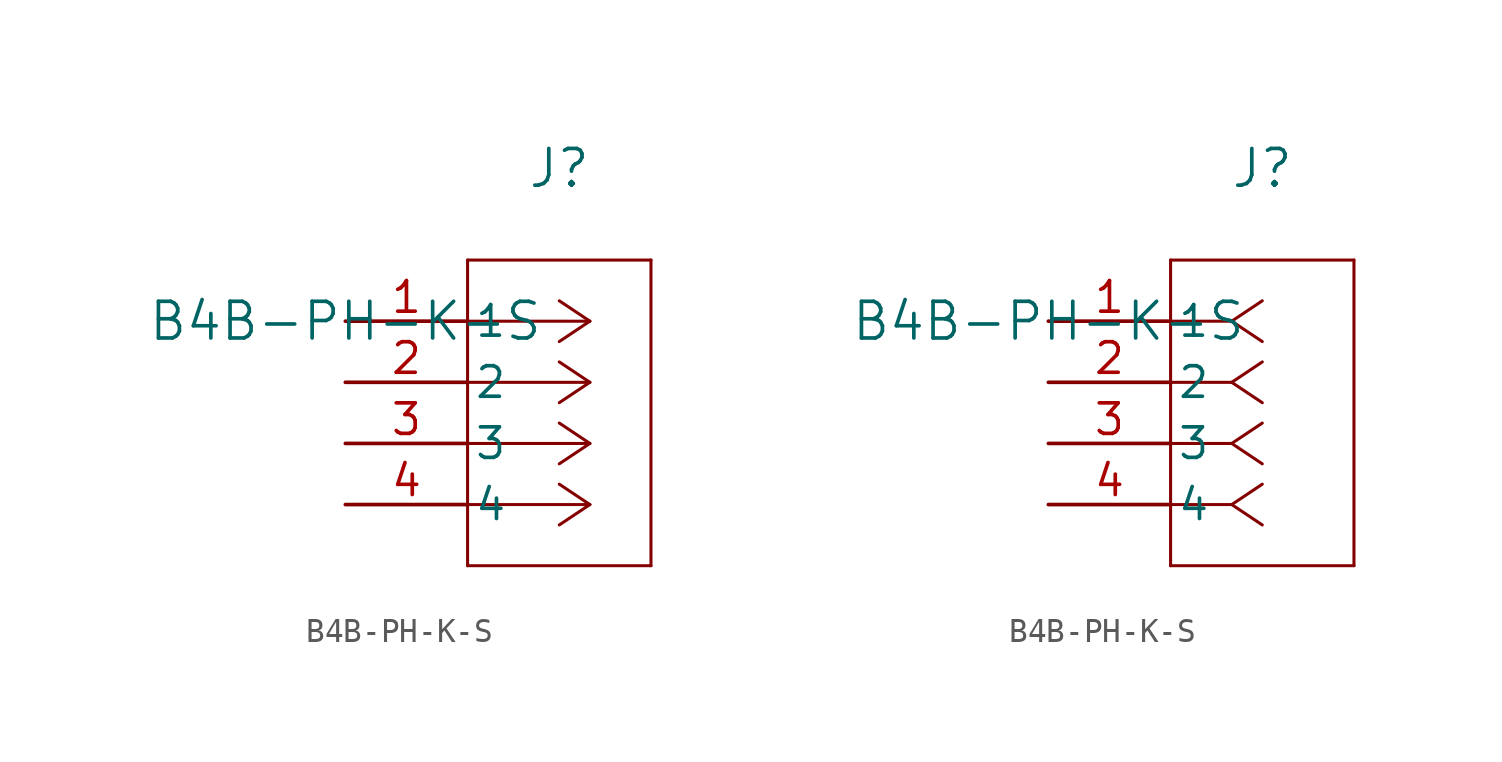
<source format=kicad_sym>
(kicad_symbol_lib
  (version 20211014)
  (generator kicad_symbol_editor)
  (symbol "B4B-PH-K-S"
    (pin_names
      (offset 0.254))
    (property "Reference" "J"
      (at 8.89 6.35 0)
      (effects (font (size 1.524 1.524))))
    (property "Value" "B4B-PH-K-S"
      (at 0 0 0)
      (effects (font (size 1.524 1.524))))
    (symbol "B4B-PH-K-S_1_1"
      (polyline (pts (xy 10.16 0) (xy 5.08 0)) (stroke (width 0.127) (type default) (color 0 0 0 0)) (fill (type none)))
      (polyline (pts (xy 10.16 -2.54) (xy 5.08 -2.54)) (stroke (width 0.127) (type default) (color 0 0 0 0)) (fill (type none)))
      (polyline (pts (xy 10.16 -5.08) (xy 5.08 -5.08)) (stroke (width 0.127) (type default) (color 0 0 0 0)) (fill (type none)))
      (polyline (pts (xy 10.16 -7.62) (xy 5.08 -7.62)) (stroke (width 0.127) (type default) (color 0 0 0 0)) (fill (type none)))
      (polyline (pts (xy 10.16 0) (xy 8.89 0.847)) (stroke (width 0.127) (type default) (color 0 0 0 0)) (fill (type none)))
      (polyline (pts (xy 10.16 -2.54) (xy 8.89 -1.693)) (stroke (width 0.127) (type default) (color 0 0 0 0)) (fill (type none)))
      (polyline (pts (xy 10.16 -5.08) (xy 8.89 -4.233)) (stroke (width 0.127) (type default) (color 0 0 0 0)) (fill (type none)))
      (polyline (pts (xy 10.16 -7.62) (xy 8.89 -6.773)) (stroke (width 0.127) (type default) (color 0 0 0 0)) (fill (type none)))
      (polyline (pts (xy 10.16 0) (xy 8.89 -0.847)) (stroke (width 0.127) (type default) (color 0 0 0 0)) (fill (type none)))
      (polyline (pts (xy 10.16 -2.54) (xy 8.89 -3.387)) (stroke (width 0.127) (type default) (color 0 0 0 0)) (fill (type none)))
      (polyline (pts (xy 10.16 -5.08) (xy 8.89 -5.927)) (stroke (width 0.127) (type default) (color 0 0 0 0)) (fill (type none)))
      (polyline (pts (xy 10.16 -7.62) (xy 8.89 -8.467)) (stroke (width 0.127) (type default) (color 0 0 0 0)) (fill (type none)))
      (polyline (pts (xy 5.08 2.54) (xy 5.08 -10.16)) (stroke (width 0.127) (type default) (color 0 0 0 0)) (fill (type none)))
      (polyline (pts (xy 5.08 -10.16) (xy 12.7 -10.16)) (stroke (width 0.127) (type default) (color 0 0 0 0)) (fill (type none)))
      (polyline (pts (xy 12.7 -10.16) (xy 12.7 2.54)) (stroke (width 0.127) (type default) (color 0 0 0 0)) (fill (type none)))
      (polyline (pts (xy 12.7 2.54) (xy 5.08 2.54)) (stroke (width 0.127) (type default) (color 0 0 0 0)) (fill (type none)))
      (pin unspecified line (at 0 0 0) (length 5.08) (name "1" (effects (font (size 1.27 1.27)))) (number "1" (effects (font (size 1.27 1.27)))))
      (pin unspecified line (at 0 -2.54 0) (length 5.08) (name "2" (effects (font (size 1.27 1.27)))) (number "2" (effects (font (size 1.27 1.27)))))
      (pin unspecified line (at 0 -5.08 0) (length 5.08) (name "3" (effects (font (size 1.27 1.27)))) (number "3" (effects (font (size 1.27 1.27)))))
      (pin unspecified line (at 0 -7.62 0) (length 5.08) (name "4" (effects (font (size 1.27 1.27)))) (number "4" (effects (font (size 1.27 1.27))))))
    (symbol "B4B-PH-K-S_1_2"
      (polyline (pts (xy 7.62 0) (xy 5.08 0)) (stroke (width 0.127) (type default) (color 0 0 0 0)) (fill (type none)))
      (polyline (pts (xy 7.62 -2.54) (xy 5.08 -2.54)) (stroke (width 0.127) (type default) (color 0 0 0 0)) (fill (type none)))
      (polyline (pts (xy 7.62 -5.08) (xy 5.08 -5.08)) (stroke (width 0.127) (type default) (color 0 0 0 0)) (fill (type none)))
      (polyline (pts (xy 7.62 -7.62) (xy 5.08 -7.62)) (stroke (width 0.127) (type default) (color 0 0 0 0)) (fill (type none)))
      (polyline (pts (xy 7.62 0) (xy 8.89 0.847)) (stroke (width 0.127) (type default) (color 0 0 0 0)) (fill (type none)))
      (polyline (pts (xy 7.62 -2.54) (xy 8.89 -1.693)) (stroke (width 0.127) (type default) (color 0 0 0 0)) (fill (type none)))
      (polyline (pts (xy 7.62 -5.08) (xy 8.89 -4.233)) (stroke (width 0.127) (type default) (color 0 0 0 0)) (fill (type none)))
      (polyline (pts (xy 7.62 -7.62) (xy 8.89 -6.773)) (stroke (width 0.127) (type default) (color 0 0 0 0)) (fill (type none)))
      (polyline (pts (xy 7.62 0) (xy 8.89 -0.847)) (stroke (width 0.127) (type default) (color 0 0 0 0)) (fill (type none)))
      (polyline (pts (xy 7.62 -2.54) (xy 8.89 -3.387)) (stroke (width 0.127) (type default) (color 0 0 0 0)) (fill (type none)))
      (polyline (pts (xy 7.62 -5.08) (xy 8.89 -5.927)) (stroke (width 0.127) (type default) (color 0 0 0 0)) (fill (type none)))
      (polyline (pts (xy 7.62 -7.62) (xy 8.89 -8.467)) (stroke (width 0.127) (type default) (color 0 0 0 0)) (fill (type none)))
      (polyline (pts (xy 5.08 2.54) (xy 5.08 -10.16)) (stroke (width 0.127) (type default) (color 0 0 0 0)) (fill (type none)))
      (polyline (pts (xy 5.08 -10.16) (xy 12.7 -10.16)) (stroke (width 0.127) (type default) (color 0 0 0 0)) (fill (type none)))
      (polyline (pts (xy 12.7 -10.16) (xy 12.7 2.54)) (stroke (width 0.127) (type default) (color 0 0 0 0)) (fill (type none)))
      (polyline (pts (xy 12.7 2.54) (xy 5.08 2.54)) (stroke (width 0.127) (type default) (color 0 0 0 0)) (fill (type none)))
      (pin unspecified line (at 0 0 0) (length 5.08) (name "1" (effects (font (size 1.27 1.27)))) (number "1" (effects (font (size 1.27 1.27)))))
      (pin unspecified line (at 0 -2.54 0) (length 5.08) (name "2" (effects (font (size 1.27 1.27)))) (number "2" (effects (font (size 1.27 1.27)))))
      (pin unspecified line (at 0 -5.08 0) (length 5.08) (name "3" (effects (font (size 1.27 1.27)))) (number "3" (effects (font (size 1.27 1.27)))))
      (pin unspecified line (at 0 -7.62 0) (length 5.08) (name "4" (effects (font (size 1.27 1.27)))) (number "4" (effects (font (size 1.27 1.27))))))))
</source>
